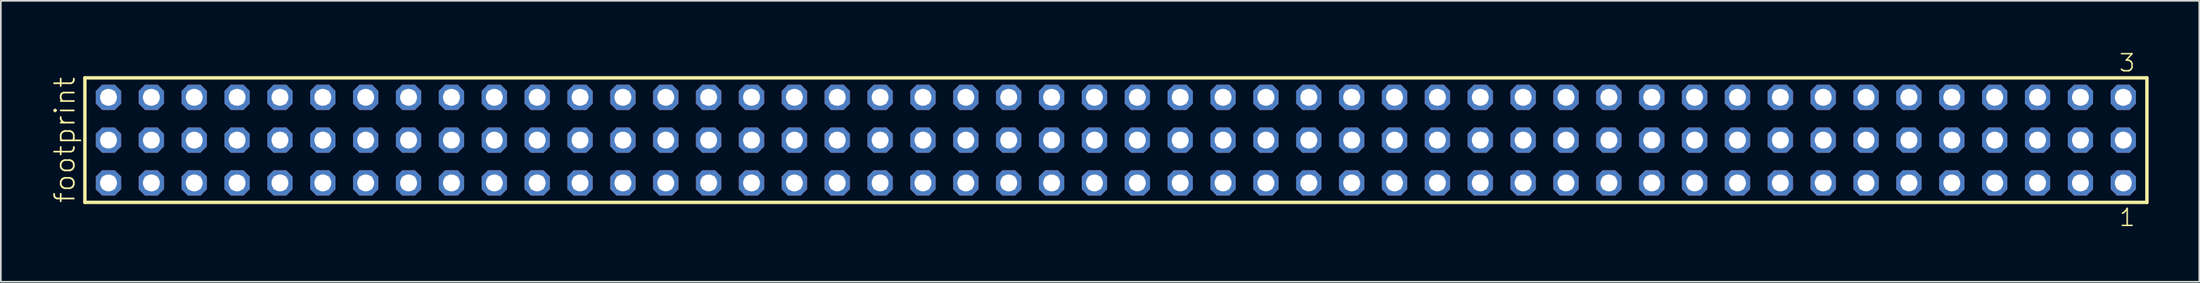
<source format=kicad_pcb>
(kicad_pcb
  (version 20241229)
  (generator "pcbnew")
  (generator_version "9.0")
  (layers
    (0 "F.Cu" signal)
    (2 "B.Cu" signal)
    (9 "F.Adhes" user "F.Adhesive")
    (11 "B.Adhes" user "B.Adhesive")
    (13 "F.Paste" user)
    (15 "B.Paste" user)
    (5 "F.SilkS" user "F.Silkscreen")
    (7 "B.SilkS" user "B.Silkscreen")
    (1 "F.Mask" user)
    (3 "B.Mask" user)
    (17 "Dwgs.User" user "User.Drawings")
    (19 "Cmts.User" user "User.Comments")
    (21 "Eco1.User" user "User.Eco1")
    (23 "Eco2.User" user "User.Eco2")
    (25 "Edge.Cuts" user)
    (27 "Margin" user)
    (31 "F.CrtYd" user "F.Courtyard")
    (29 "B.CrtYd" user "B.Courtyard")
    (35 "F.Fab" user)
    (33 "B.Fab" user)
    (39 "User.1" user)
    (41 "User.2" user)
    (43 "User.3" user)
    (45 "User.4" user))
  (footprint "footprint"
    (layer "F.Cu")
    (at 63.068 5.265)
    (property "Reference" "footprint" (at -61.595 3.81 90) (layer "F.SilkS") (effects (font (size 1.168 1.168) (thickness 0.102)) (justify left bottom)))
    (fp_line (start -61.089 -3.695) (end 61.089 -3.695) (stroke (width 0.203) (type solid)) (layer "F.SilkS"))
    (fp_line (start -61.089 3.695) (end -61.089 -3.695) (stroke (width 0.203) (type solid)) (layer "F.SilkS"))
    (fp_line (start 61.089 -3.695) (end 61.089 3.695) (stroke (width 0.203) (type solid)) (layer "F.SilkS"))
    (fp_line (start 61.089 3.695) (end -61.089 3.695) (stroke (width 0.203) (type solid)) (layer "F.SilkS"))
    (fp_poly (pts (xy -60.04 -2.19) (xy -59.34 -2.19) (xy -59.34 -2.89) (xy -60.04 -2.89)) (stroke (width 0.1) (type solid)) (fill no) (layer "F.Fab"))
    (fp_poly (pts (xy -60.04 0.35) (xy -59.34 0.35) (xy -59.34 -0.35) (xy -60.04 -0.35)) (stroke (width 0.1) (type solid)) (fill no) (layer "F.Fab"))
    (fp_poly (pts (xy -60.04 2.89) (xy -59.34 2.89) (xy -59.34 2.19) (xy -60.04 2.19)) (stroke (width 0.1) (type solid)) (fill no) (layer "F.Fab"))
    (fp_poly (pts (xy -57.5 -2.19) (xy -56.8 -2.19) (xy -56.8 -2.89) (xy -57.5 -2.89)) (stroke (width 0.1) (type solid)) (fill no) (layer "F.Fab"))
    (fp_poly (pts (xy -57.5 0.35) (xy -56.8 0.35) (xy -56.8 -0.35) (xy -57.5 -0.35)) (stroke (width 0.1) (type solid)) (fill no) (layer "F.Fab"))
    (fp_poly (pts (xy -57.5 2.89) (xy -56.8 2.89) (xy -56.8 2.19) (xy -57.5 2.19)) (stroke (width 0.1) (type solid)) (fill no) (layer "F.Fab"))
    (fp_poly (pts (xy -54.96 -2.19) (xy -54.26 -2.19) (xy -54.26 -2.89) (xy -54.96 -2.89)) (stroke (width 0.1) (type solid)) (fill no) (layer "F.Fab"))
    (fp_poly (pts (xy -54.96 0.35) (xy -54.26 0.35) (xy -54.26 -0.35) (xy -54.96 -0.35)) (stroke (width 0.1) (type solid)) (fill no) (layer "F.Fab"))
    (fp_poly (pts (xy -54.96 2.89) (xy -54.26 2.89) (xy -54.26 2.19) (xy -54.96 2.19)) (stroke (width 0.1) (type solid)) (fill no) (layer "F.Fab"))
    (fp_poly (pts (xy -52.42 -2.19) (xy -51.72 -2.19) (xy -51.72 -2.89) (xy -52.42 -2.89)) (stroke (width 0.1) (type solid)) (fill no) (layer "F.Fab"))
    (fp_poly (pts (xy -52.42 0.35) (xy -51.72 0.35) (xy -51.72 -0.35) (xy -52.42 -0.35)) (stroke (width 0.1) (type solid)) (fill no) (layer "F.Fab"))
    (fp_poly (pts (xy -52.42 2.89) (xy -51.72 2.89) (xy -51.72 2.19) (xy -52.42 2.19)) (stroke (width 0.1) (type solid)) (fill no) (layer "F.Fab"))
    (fp_poly (pts (xy -49.88 -2.19) (xy -49.18 -2.19) (xy -49.18 -2.89) (xy -49.88 -2.89)) (stroke (width 0.1) (type solid)) (fill no) (layer "F.Fab"))
    (fp_poly (pts (xy -49.88 0.35) (xy -49.18 0.35) (xy -49.18 -0.35) (xy -49.88 -0.35)) (stroke (width 0.1) (type solid)) (fill no) (layer "F.Fab"))
    (fp_poly (pts (xy -49.88 2.89) (xy -49.18 2.89) (xy -49.18 2.19) (xy -49.88 2.19)) (stroke (width 0.1) (type solid)) (fill no) (layer "F.Fab"))
    (fp_poly (pts (xy -47.34 -2.19) (xy -46.64 -2.19) (xy -46.64 -2.89) (xy -47.34 -2.89)) (stroke (width 0.1) (type solid)) (fill no) (layer "F.Fab"))
    (fp_poly (pts (xy -47.34 0.35) (xy -46.64 0.35) (xy -46.64 -0.35) (xy -47.34 -0.35)) (stroke (width 0.1) (type solid)) (fill no) (layer "F.Fab"))
    (fp_poly (pts (xy -47.34 2.89) (xy -46.64 2.89) (xy -46.64 2.19) (xy -47.34 2.19)) (stroke (width 0.1) (type solid)) (fill no) (layer "F.Fab"))
    (fp_poly (pts (xy -44.8 -2.19) (xy -44.1 -2.19) (xy -44.1 -2.89) (xy -44.8 -2.89)) (stroke (width 0.1) (type solid)) (fill no) (layer "F.Fab"))
    (fp_poly (pts (xy -44.8 0.35) (xy -44.1 0.35) (xy -44.1 -0.35) (xy -44.8 -0.35)) (stroke (width 0.1) (type solid)) (fill no) (layer "F.Fab"))
    (fp_poly (pts (xy -44.8 2.89) (xy -44.1 2.89) (xy -44.1 2.19) (xy -44.8 2.19)) (stroke (width 0.1) (type solid)) (fill no) (layer "F.Fab"))
    (fp_poly (pts (xy -42.26 -2.19) (xy -41.56 -2.19) (xy -41.56 -2.89) (xy -42.26 -2.89)) (stroke (width 0.1) (type solid)) (fill no) (layer "F.Fab"))
    (fp_poly (pts (xy -42.26 0.35) (xy -41.56 0.35) (xy -41.56 -0.35) (xy -42.26 -0.35)) (stroke (width 0.1) (type solid)) (fill no) (layer "F.Fab"))
    (fp_poly (pts (xy -42.26 2.89) (xy -41.56 2.89) (xy -41.56 2.19) (xy -42.26 2.19)) (stroke (width 0.1) (type solid)) (fill no) (layer "F.Fab"))
    (fp_poly (pts (xy -39.72 -2.19) (xy -39.02 -2.19) (xy -39.02 -2.89) (xy -39.72 -2.89)) (stroke (width 0.1) (type solid)) (fill no) (layer "F.Fab"))
    (fp_poly (pts (xy -39.72 0.35) (xy -39.02 0.35) (xy -39.02 -0.35) (xy -39.72 -0.35)) (stroke (width 0.1) (type solid)) (fill no) (layer "F.Fab"))
    (fp_poly (pts (xy -39.72 2.89) (xy -39.02 2.89) (xy -39.02 2.19) (xy -39.72 2.19)) (stroke (width 0.1) (type solid)) (fill no) (layer "F.Fab"))
    (fp_poly (pts (xy -37.18 -2.19) (xy -36.48 -2.19) (xy -36.48 -2.89) (xy -37.18 -2.89)) (stroke (width 0.1) (type solid)) (fill no) (layer "F.Fab"))
    (fp_poly (pts (xy -37.18 0.35) (xy -36.48 0.35) (xy -36.48 -0.35) (xy -37.18 -0.35)) (stroke (width 0.1) (type solid)) (fill no) (layer "F.Fab"))
    (fp_poly (pts (xy -37.18 2.89) (xy -36.48 2.89) (xy -36.48 2.19) (xy -37.18 2.19)) (stroke (width 0.1) (type solid)) (fill no) (layer "F.Fab"))
    (fp_poly (pts (xy -34.64 -2.19) (xy -33.94 -2.19) (xy -33.94 -2.89) (xy -34.64 -2.89)) (stroke (width 0.1) (type solid)) (fill no) (layer "F.Fab"))
    (fp_poly (pts (xy -34.64 0.35) (xy -33.94 0.35) (xy -33.94 -0.35) (xy -34.64 -0.35)) (stroke (width 0.1) (type solid)) (fill no) (layer "F.Fab"))
    (fp_poly (pts (xy -34.64 2.89) (xy -33.94 2.89) (xy -33.94 2.19) (xy -34.64 2.19)) (stroke (width 0.1) (type solid)) (fill no) (layer "F.Fab"))
    (fp_poly (pts (xy -32.1 -2.19) (xy -31.4 -2.19) (xy -31.4 -2.89) (xy -32.1 -2.89)) (stroke (width 0.1) (type solid)) (fill no) (layer "F.Fab"))
    (fp_poly (pts (xy -32.1 0.35) (xy -31.4 0.35) (xy -31.4 -0.35) (xy -32.1 -0.35)) (stroke (width 0.1) (type solid)) (fill no) (layer "F.Fab"))
    (fp_poly (pts (xy -32.1 2.89) (xy -31.4 2.89) (xy -31.4 2.19) (xy -32.1 2.19)) (stroke (width 0.1) (type solid)) (fill no) (layer "F.Fab"))
    (fp_poly (pts (xy -29.56 -2.19) (xy -28.86 -2.19) (xy -28.86 -2.89) (xy -29.56 -2.89)) (stroke (width 0.1) (type solid)) (fill no) (layer "F.Fab"))
    (fp_poly (pts (xy -29.56 0.35) (xy -28.86 0.35) (xy -28.86 -0.35) (xy -29.56 -0.35)) (stroke (width 0.1) (type solid)) (fill no) (layer "F.Fab"))
    (fp_poly (pts (xy -29.56 2.89) (xy -28.86 2.89) (xy -28.86 2.19) (xy -29.56 2.19)) (stroke (width 0.1) (type solid)) (fill no) (layer "F.Fab"))
    (fp_poly (pts (xy -27.02 -2.19) (xy -26.32 -2.19) (xy -26.32 -2.89) (xy -27.02 -2.89)) (stroke (width 0.1) (type solid)) (fill no) (layer "F.Fab"))
    (fp_poly (pts (xy -27.02 0.35) (xy -26.32 0.35) (xy -26.32 -0.35) (xy -27.02 -0.35)) (stroke (width 0.1) (type solid)) (fill no) (layer "F.Fab"))
    (fp_poly (pts (xy -27.02 2.89) (xy -26.32 2.89) (xy -26.32 2.19) (xy -27.02 2.19)) (stroke (width 0.1) (type solid)) (fill no) (layer "F.Fab"))
    (fp_poly (pts (xy -24.48 -2.19) (xy -23.78 -2.19) (xy -23.78 -2.89) (xy -24.48 -2.89)) (stroke (width 0.1) (type solid)) (fill no) (layer "F.Fab"))
    (fp_poly (pts (xy -24.48 0.35) (xy -23.78 0.35) (xy -23.78 -0.35) (xy -24.48 -0.35)) (stroke (width 0.1) (type solid)) (fill no) (layer "F.Fab"))
    (fp_poly (pts (xy -24.48 2.89) (xy -23.78 2.89) (xy -23.78 2.19) (xy -24.48 2.19)) (stroke (width 0.1) (type solid)) (fill no) (layer "F.Fab"))
    (fp_poly (pts (xy -21.94 -2.19) (xy -21.24 -2.19) (xy -21.24 -2.89) (xy -21.94 -2.89)) (stroke (width 0.1) (type solid)) (fill no) (layer "F.Fab"))
    (fp_poly (pts (xy -21.94 0.35) (xy -21.24 0.35) (xy -21.24 -0.35) (xy -21.94 -0.35)) (stroke (width 0.1) (type solid)) (fill no) (layer "F.Fab"))
    (fp_poly (pts (xy -21.94 2.89) (xy -21.24 2.89) (xy -21.24 2.19) (xy -21.94 2.19)) (stroke (width 0.1) (type solid)) (fill no) (layer "F.Fab"))
    (fp_poly (pts (xy -19.4 -2.19) (xy -18.7 -2.19) (xy -18.7 -2.89) (xy -19.4 -2.89)) (stroke (width 0.1) (type solid)) (fill no) (layer "F.Fab"))
    (fp_poly (pts (xy -19.4 0.35) (xy -18.7 0.35) (xy -18.7 -0.35) (xy -19.4 -0.35)) (stroke (width 0.1) (type solid)) (fill no) (layer "F.Fab"))
    (fp_poly (pts (xy -19.4 2.89) (xy -18.7 2.89) (xy -18.7 2.19) (xy -19.4 2.19)) (stroke (width 0.1) (type solid)) (fill no) (layer "F.Fab"))
    (fp_poly (pts (xy -16.86 -2.19) (xy -16.16 -2.19) (xy -16.16 -2.89) (xy -16.86 -2.89)) (stroke (width 0.1) (type solid)) (fill no) (layer "F.Fab"))
    (fp_poly (pts (xy -16.86 0.35) (xy -16.16 0.35) (xy -16.16 -0.35) (xy -16.86 -0.35)) (stroke (width 0.1) (type solid)) (fill no) (layer "F.Fab"))
    (fp_poly (pts (xy -16.86 2.89) (xy -16.16 2.89) (xy -16.16 2.19) (xy -16.86 2.19)) (stroke (width 0.1) (type solid)) (fill no) (layer "F.Fab"))
    (fp_poly (pts (xy -14.32 -2.19) (xy -13.62 -2.19) (xy -13.62 -2.89) (xy -14.32 -2.89)) (stroke (width 0.1) (type solid)) (fill no) (layer "F.Fab"))
    (fp_poly (pts (xy -14.32 0.35) (xy -13.62 0.35) (xy -13.62 -0.35) (xy -14.32 -0.35)) (stroke (width 0.1) (type solid)) (fill no) (layer "F.Fab"))
    (fp_poly (pts (xy -14.32 2.89) (xy -13.62 2.89) (xy -13.62 2.19) (xy -14.32 2.19)) (stroke (width 0.1) (type solid)) (fill no) (layer "F.Fab"))
    (fp_poly (pts (xy -11.78 -2.19) (xy -11.08 -2.19) (xy -11.08 -2.89) (xy -11.78 -2.89)) (stroke (width 0.1) (type solid)) (fill no) (layer "F.Fab"))
    (fp_poly (pts (xy -11.78 0.35) (xy -11.08 0.35) (xy -11.08 -0.35) (xy -11.78 -0.35)) (stroke (width 0.1) (type solid)) (fill no) (layer "F.Fab"))
    (fp_poly (pts (xy -11.78 2.89) (xy -11.08 2.89) (xy -11.08 2.19) (xy -11.78 2.19)) (stroke (width 0.1) (type solid)) (fill no) (layer "F.Fab"))
    (fp_poly (pts (xy -9.24 -2.19) (xy -8.54 -2.19) (xy -8.54 -2.89) (xy -9.24 -2.89)) (stroke (width 0.1) (type solid)) (fill no) (layer "F.Fab"))
    (fp_poly (pts (xy -9.24 0.35) (xy -8.54 0.35) (xy -8.54 -0.35) (xy -9.24 -0.35)) (stroke (width 0.1) (type solid)) (fill no) (layer "F.Fab"))
    (fp_poly (pts (xy -9.24 2.89) (xy -8.54 2.89) (xy -8.54 2.19) (xy -9.24 2.19)) (stroke (width 0.1) (type solid)) (fill no) (layer "F.Fab"))
    (fp_poly (pts (xy -6.7 -2.19) (xy -6 -2.19) (xy -6 -2.89) (xy -6.7 -2.89)) (stroke (width 0.1) (type solid)) (fill no) (layer "F.Fab"))
    (fp_poly (pts (xy -6.7 0.35) (xy -6 0.35) (xy -6 -0.35) (xy -6.7 -0.35)) (stroke (width 0.1) (type solid)) (fill no) (layer "F.Fab"))
    (fp_poly (pts (xy -6.7 2.89) (xy -6 2.89) (xy -6 2.19) (xy -6.7 2.19)) (stroke (width 0.1) (type solid)) (fill no) (layer "F.Fab"))
    (fp_poly (pts (xy -4.16 -2.19) (xy -3.46 -2.19) (xy -3.46 -2.89) (xy -4.16 -2.89)) (stroke (width 0.1) (type solid)) (fill no) (layer "F.Fab"))
    (fp_poly (pts (xy -4.16 0.35) (xy -3.46 0.35) (xy -3.46 -0.35) (xy -4.16 -0.35)) (stroke (width 0.1) (type solid)) (fill no) (layer "F.Fab"))
    (fp_poly (pts (xy -4.16 2.89) (xy -3.46 2.89) (xy -3.46 2.19) (xy -4.16 2.19)) (stroke (width 0.1) (type solid)) (fill no) (layer "F.Fab"))
    (fp_poly (pts (xy -1.62 -2.19) (xy -0.92 -2.19) (xy -0.92 -2.89) (xy -1.62 -2.89)) (stroke (width 0.1) (type solid)) (fill no) (layer "F.Fab"))
    (fp_poly (pts (xy -1.62 0.35) (xy -0.92 0.35) (xy -0.92 -0.35) (xy -1.62 -0.35)) (stroke (width 0.1) (type solid)) (fill no) (layer "F.Fab"))
    (fp_poly (pts (xy -1.62 2.89) (xy -0.92 2.89) (xy -0.92 2.19) (xy -1.62 2.19)) (stroke (width 0.1) (type solid)) (fill no) (layer "F.Fab"))
    (fp_poly (pts (xy 0.92 -2.19) (xy 1.62 -2.19) (xy 1.62 -2.89) (xy 0.92 -2.89)) (stroke (width 0.1) (type solid)) (fill no) (layer "F.Fab"))
    (fp_poly (pts (xy 0.92 0.35) (xy 1.62 0.35) (xy 1.62 -0.35) (xy 0.92 -0.35)) (stroke (width 0.1) (type solid)) (fill no) (layer "F.Fab"))
    (fp_poly (pts (xy 0.92 2.89) (xy 1.62 2.89) (xy 1.62 2.19) (xy 0.92 2.19)) (stroke (width 0.1) (type solid)) (fill no) (layer "F.Fab"))
    (fp_poly (pts (xy 3.46 -2.19) (xy 4.16 -2.19) (xy 4.16 -2.89) (xy 3.46 -2.89)) (stroke (width 0.1) (type solid)) (fill no) (layer "F.Fab"))
    (fp_poly (pts (xy 3.46 0.35) (xy 4.16 0.35) (xy 4.16 -0.35) (xy 3.46 -0.35)) (stroke (width 0.1) (type solid)) (fill no) (layer "F.Fab"))
    (fp_poly (pts (xy 3.46 2.89) (xy 4.16 2.89) (xy 4.16 2.19) (xy 3.46 2.19)) (stroke (width 0.1) (type solid)) (fill no) (layer "F.Fab"))
    (fp_poly (pts (xy 6 -2.19) (xy 6.7 -2.19) (xy 6.7 -2.89) (xy 6 -2.89)) (stroke (width 0.1) (type solid)) (fill no) (layer "F.Fab"))
    (fp_poly (pts (xy 6 0.35) (xy 6.7 0.35) (xy 6.7 -0.35) (xy 6 -0.35)) (stroke (width 0.1) (type solid)) (fill no) (layer "F.Fab"))
    (fp_poly (pts (xy 6 2.89) (xy 6.7 2.89) (xy 6.7 2.19) (xy 6 2.19)) (stroke (width 0.1) (type solid)) (fill no) (layer "F.Fab"))
    (fp_poly (pts (xy 8.54 -2.19) (xy 9.24 -2.19) (xy 9.24 -2.89) (xy 8.54 -2.89)) (stroke (width 0.1) (type solid)) (fill no) (layer "F.Fab"))
    (fp_poly (pts (xy 8.54 0.35) (xy 9.24 0.35) (xy 9.24 -0.35) (xy 8.54 -0.35)) (stroke (width 0.1) (type solid)) (fill no) (layer "F.Fab"))
    (fp_poly (pts (xy 8.54 2.89) (xy 9.24 2.89) (xy 9.24 2.19) (xy 8.54 2.19)) (stroke (width 0.1) (type solid)) (fill no) (layer "F.Fab"))
    (fp_poly (pts (xy 11.08 -2.19) (xy 11.78 -2.19) (xy 11.78 -2.89) (xy 11.08 -2.89)) (stroke (width 0.1) (type solid)) (fill no) (layer "F.Fab"))
    (fp_poly (pts (xy 11.08 0.35) (xy 11.78 0.35) (xy 11.78 -0.35) (xy 11.08 -0.35)) (stroke (width 0.1) (type solid)) (fill no) (layer "F.Fab"))
    (fp_poly (pts (xy 11.08 2.89) (xy 11.78 2.89) (xy 11.78 2.19) (xy 11.08 2.19)) (stroke (width 0.1) (type solid)) (fill no) (layer "F.Fab"))
    (fp_poly (pts (xy 13.62 -2.19) (xy 14.32 -2.19) (xy 14.32 -2.89) (xy 13.62 -2.89)) (stroke (width 0.1) (type solid)) (fill no) (layer "F.Fab"))
    (fp_poly (pts (xy 13.62 0.35) (xy 14.32 0.35) (xy 14.32 -0.35) (xy 13.62 -0.35)) (stroke (width 0.1) (type solid)) (fill no) (layer "F.Fab"))
    (fp_poly (pts (xy 13.62 2.89) (xy 14.32 2.89) (xy 14.32 2.19) (xy 13.62 2.19)) (stroke (width 0.1) (type solid)) (fill no) (layer "F.Fab"))
    (fp_poly (pts (xy 16.16 -2.19) (xy 16.86 -2.19) (xy 16.86 -2.89) (xy 16.16 -2.89)) (stroke (width 0.1) (type solid)) (fill no) (layer "F.Fab"))
    (fp_poly (pts (xy 16.16 0.35) (xy 16.86 0.35) (xy 16.86 -0.35) (xy 16.16 -0.35)) (stroke (width 0.1) (type solid)) (fill no) (layer "F.Fab"))
    (fp_poly (pts (xy 16.16 2.89) (xy 16.86 2.89) (xy 16.86 2.19) (xy 16.16 2.19)) (stroke (width 0.1) (type solid)) (fill no) (layer "F.Fab"))
    (fp_poly (pts (xy 18.7 -2.19) (xy 19.4 -2.19) (xy 19.4 -2.89) (xy 18.7 -2.89)) (stroke (width 0.1) (type solid)) (fill no) (layer "F.Fab"))
    (fp_poly (pts (xy 18.7 0.35) (xy 19.4 0.35) (xy 19.4 -0.35) (xy 18.7 -0.35)) (stroke (width 0.1) (type solid)) (fill no) (layer "F.Fab"))
    (fp_poly (pts (xy 18.7 2.89) (xy 19.4 2.89) (xy 19.4 2.19) (xy 18.7 2.19)) (stroke (width 0.1) (type solid)) (fill no) (layer "F.Fab"))
    (fp_poly (pts (xy 21.24 -2.19) (xy 21.94 -2.19) (xy 21.94 -2.89) (xy 21.24 -2.89)) (stroke (width 0.1) (type solid)) (fill no) (layer "F.Fab"))
    (fp_poly (pts (xy 21.24 0.35) (xy 21.94 0.35) (xy 21.94 -0.35) (xy 21.24 -0.35)) (stroke (width 0.1) (type solid)) (fill no) (layer "F.Fab"))
    (fp_poly (pts (xy 21.24 2.89) (xy 21.94 2.89) (xy 21.94 2.19) (xy 21.24 2.19)) (stroke (width 0.1) (type solid)) (fill no) (layer "F.Fab"))
    (fp_poly (pts (xy 23.78 -2.19) (xy 24.48 -2.19) (xy 24.48 -2.89) (xy 23.78 -2.89)) (stroke (width 0.1) (type solid)) (fill no) (layer "F.Fab"))
    (fp_poly (pts (xy 23.78 0.35) (xy 24.48 0.35) (xy 24.48 -0.35) (xy 23.78 -0.35)) (stroke (width 0.1) (type solid)) (fill no) (layer "F.Fab"))
    (fp_poly (pts (xy 23.78 2.89) (xy 24.48 2.89) (xy 24.48 2.19) (xy 23.78 2.19)) (stroke (width 0.1) (type solid)) (fill no) (layer "F.Fab"))
    (fp_poly (pts (xy 26.32 -2.19) (xy 27.02 -2.19) (xy 27.02 -2.89) (xy 26.32 -2.89)) (stroke (width 0.1) (type solid)) (fill no) (layer "F.Fab"))
    (fp_poly (pts (xy 26.32 0.35) (xy 27.02 0.35) (xy 27.02 -0.35) (xy 26.32 -0.35)) (stroke (width 0.1) (type solid)) (fill no) (layer "F.Fab"))
    (fp_poly (pts (xy 26.32 2.89) (xy 27.02 2.89) (xy 27.02 2.19) (xy 26.32 2.19)) (stroke (width 0.1) (type solid)) (fill no) (layer "F.Fab"))
    (fp_poly (pts (xy 28.86 -2.19) (xy 29.56 -2.19) (xy 29.56 -2.89) (xy 28.86 -2.89)) (stroke (width 0.1) (type solid)) (fill no) (layer "F.Fab"))
    (fp_poly (pts (xy 28.86 0.35) (xy 29.56 0.35) (xy 29.56 -0.35) (xy 28.86 -0.35)) (stroke (width 0.1) (type solid)) (fill no) (layer "F.Fab"))
    (fp_poly (pts (xy 28.86 2.89) (xy 29.56 2.89) (xy 29.56 2.19) (xy 28.86 2.19)) (stroke (width 0.1) (type solid)) (fill no) (layer "F.Fab"))
    (fp_poly (pts (xy 31.4 -2.19) (xy 32.1 -2.19) (xy 32.1 -2.89) (xy 31.4 -2.89)) (stroke (width 0.1) (type solid)) (fill no) (layer "F.Fab"))
    (fp_poly (pts (xy 31.4 0.35) (xy 32.1 0.35) (xy 32.1 -0.35) (xy 31.4 -0.35)) (stroke (width 0.1) (type solid)) (fill no) (layer "F.Fab"))
    (fp_poly (pts (xy 31.4 2.89) (xy 32.1 2.89) (xy 32.1 2.19) (xy 31.4 2.19)) (stroke (width 0.1) (type solid)) (fill no) (layer "F.Fab"))
    (fp_poly (pts (xy 33.94 -2.19) (xy 34.64 -2.19) (xy 34.64 -2.89) (xy 33.94 -2.89)) (stroke (width 0.1) (type solid)) (fill no) (layer "F.Fab"))
    (fp_poly (pts (xy 33.94 0.35) (xy 34.64 0.35) (xy 34.64 -0.35) (xy 33.94 -0.35)) (stroke (width 0.1) (type solid)) (fill no) (layer "F.Fab"))
    (fp_poly (pts (xy 33.94 2.89) (xy 34.64 2.89) (xy 34.64 2.19) (xy 33.94 2.19)) (stroke (width 0.1) (type solid)) (fill no) (layer "F.Fab"))
    (fp_poly (pts (xy 36.48 -2.19) (xy 37.18 -2.19) (xy 37.18 -2.89) (xy 36.48 -2.89)) (stroke (width 0.1) (type solid)) (fill no) (layer "F.Fab"))
    (fp_poly (pts (xy 36.48 0.35) (xy 37.18 0.35) (xy 37.18 -0.35) (xy 36.48 -0.35)) (stroke (width 0.1) (type solid)) (fill no) (layer "F.Fab"))
    (fp_poly (pts (xy 36.48 2.89) (xy 37.18 2.89) (xy 37.18 2.19) (xy 36.48 2.19)) (stroke (width 0.1) (type solid)) (fill no) (layer "F.Fab"))
    (fp_poly (pts (xy 39.02 -2.19) (xy 39.72 -2.19) (xy 39.72 -2.89) (xy 39.02 -2.89)) (stroke (width 0.1) (type solid)) (fill no) (layer "F.Fab"))
    (fp_poly (pts (xy 39.02 0.35) (xy 39.72 0.35) (xy 39.72 -0.35) (xy 39.02 -0.35)) (stroke (width 0.1) (type solid)) (fill no) (layer "F.Fab"))
    (fp_poly (pts (xy 39.02 2.89) (xy 39.72 2.89) (xy 39.72 2.19) (xy 39.02 2.19)) (stroke (width 0.1) (type solid)) (fill no) (layer "F.Fab"))
    (fp_poly (pts (xy 41.56 -2.19) (xy 42.26 -2.19) (xy 42.26 -2.89) (xy 41.56 -2.89)) (stroke (width 0.1) (type solid)) (fill no) (layer "F.Fab"))
    (fp_poly (pts (xy 41.56 0.35) (xy 42.26 0.35) (xy 42.26 -0.35) (xy 41.56 -0.35)) (stroke (width 0.1) (type solid)) (fill no) (layer "F.Fab"))
    (fp_poly (pts (xy 41.56 2.89) (xy 42.26 2.89) (xy 42.26 2.19) (xy 41.56 2.19)) (stroke (width 0.1) (type solid)) (fill no) (layer "F.Fab"))
    (fp_poly (pts (xy 44.1 -2.19) (xy 44.8 -2.19) (xy 44.8 -2.89) (xy 44.1 -2.89)) (stroke (width 0.1) (type solid)) (fill no) (layer "F.Fab"))
    (fp_poly (pts (xy 44.1 0.35) (xy 44.8 0.35) (xy 44.8 -0.35) (xy 44.1 -0.35)) (stroke (width 0.1) (type solid)) (fill no) (layer "F.Fab"))
    (fp_poly (pts (xy 44.1 2.89) (xy 44.8 2.89) (xy 44.8 2.19) (xy 44.1 2.19)) (stroke (width 0.1) (type solid)) (fill no) (layer "F.Fab"))
    (fp_poly (pts (xy 46.64 -2.19) (xy 47.34 -2.19) (xy 47.34 -2.89) (xy 46.64 -2.89)) (stroke (width 0.1) (type solid)) (fill no) (layer "F.Fab"))
    (fp_poly (pts (xy 46.64 0.35) (xy 47.34 0.35) (xy 47.34 -0.35) (xy 46.64 -0.35)) (stroke (width 0.1) (type solid)) (fill no) (layer "F.Fab"))
    (fp_poly (pts (xy 46.64 2.89) (xy 47.34 2.89) (xy 47.34 2.19) (xy 46.64 2.19)) (stroke (width 0.1) (type solid)) (fill no) (layer "F.Fab"))
    (fp_poly (pts (xy 49.18 -2.19) (xy 49.88 -2.19) (xy 49.88 -2.89) (xy 49.18 -2.89)) (stroke (width 0.1) (type solid)) (fill no) (layer "F.Fab"))
    (fp_poly (pts (xy 49.18 0.35) (xy 49.88 0.35) (xy 49.88 -0.35) (xy 49.18 -0.35)) (stroke (width 0.1) (type solid)) (fill no) (layer "F.Fab"))
    (fp_poly (pts (xy 49.18 2.89) (xy 49.88 2.89) (xy 49.88 2.19) (xy 49.18 2.19)) (stroke (width 0.1) (type solid)) (fill no) (layer "F.Fab"))
    (fp_poly (pts (xy 51.72 -2.19) (xy 52.42 -2.19) (xy 52.42 -2.89) (xy 51.72 -2.89)) (stroke (width 0.1) (type solid)) (fill no) (layer "F.Fab"))
    (fp_poly (pts (xy 51.72 0.35) (xy 52.42 0.35) (xy 52.42 -0.35) (xy 51.72 -0.35)) (stroke (width 0.1) (type solid)) (fill no) (layer "F.Fab"))
    (fp_poly (pts (xy 51.72 2.89) (xy 52.42 2.89) (xy 52.42 2.19) (xy 51.72 2.19)) (stroke (width 0.1) (type solid)) (fill no) (layer "F.Fab"))
    (fp_poly (pts (xy 54.26 -2.19) (xy 54.96 -2.19) (xy 54.96 -2.89) (xy 54.26 -2.89)) (stroke (width 0.1) (type solid)) (fill no) (layer "F.Fab"))
    (fp_poly (pts (xy 54.26 0.35) (xy 54.96 0.35) (xy 54.96 -0.35) (xy 54.26 -0.35)) (stroke (width 0.1) (type solid)) (fill no) (layer "F.Fab"))
    (fp_poly (pts (xy 54.26 2.89) (xy 54.96 2.89) (xy 54.96 2.19) (xy 54.26 2.19)) (stroke (width 0.1) (type solid)) (fill no) (layer "F.Fab"))
    (fp_poly (pts (xy 56.8 -2.19) (xy 57.5 -2.19) (xy 57.5 -2.89) (xy 56.8 -2.89)) (stroke (width 0.1) (type solid)) (fill no) (layer "F.Fab"))
    (fp_poly (pts (xy 56.8 0.35) (xy 57.5 0.35) (xy 57.5 -0.35) (xy 56.8 -0.35)) (stroke (width 0.1) (type solid)) (fill no) (layer "F.Fab"))
    (fp_poly (pts (xy 56.8 2.89) (xy 57.5 2.89) (xy 57.5 2.19) (xy 56.8 2.19)) (stroke (width 0.1) (type solid)) (fill no) (layer "F.Fab"))
    (fp_poly (pts (xy 59.34 -2.19) (xy 60.04 -2.19) (xy 60.04 -2.89) (xy 59.34 -2.89)) (stroke (width 0.1) (type solid)) (fill no) (layer "F.Fab"))
    (fp_poly (pts (xy 59.34 0.35) (xy 60.04 0.35) (xy 60.04 -0.35) (xy 59.34 -0.35)) (stroke (width 0.1) (type solid)) (fill no) (layer "F.Fab"))
    (fp_poly (pts (xy 59.34 2.89) (xy 60.04 2.89) (xy 60.04 2.19) (xy 59.34 2.19)) (stroke (width 0.1) (type solid)) (fill no) (layer "F.Fab"))
    (fp_text user "3" (at 59.378 -3.989 0) (layer "F.SilkS") (effects (font (size 1.012 1.012) (thickness 0.088)) (justify left bottom)))
    (fp_text user "1" (at 59.382 5.188 0) (layer "F.SilkS") (effects (font (size 1.012 1.012) (thickness 0.088)) (justify left bottom)))
    (pad "1" thru_hole roundrect (at 59.69 2.54 180) (size 1.5 1.5) (drill 1) (layers "*.Cu" "*.Mask") (roundrect_rratio 0.25) (chamfer_ratio 0.25) (chamfer top_left top_right bottom_left bottom_right))
    (pad "2" thru_hole roundrect (at 59.69 0 180) (size 1.5 1.5) (drill 1) (layers "*.Cu" "*.Mask") (roundrect_rratio 0.25) (chamfer_ratio 0.25) (chamfer top_left top_right bottom_left bottom_right))
    (pad "3" thru_hole roundrect (at 59.69 -2.54 180) (size 1.5 1.5) (drill 1) (layers "*.Cu" "*.Mask") (roundrect_rratio 0.25) (chamfer_ratio 0.25) (chamfer top_left top_right bottom_left bottom_right))
    (pad "4" thru_hole roundrect (at 57.15 2.54 180) (size 1.5 1.5) (drill 1) (layers "*.Cu" "*.Mask") (roundrect_rratio 0.25) (chamfer_ratio 0.25) (chamfer top_left top_right bottom_left bottom_right))
    (pad "5" thru_hole roundrect (at 57.15 0 180) (size 1.5 1.5) (drill 1) (layers "*.Cu" "*.Mask") (roundrect_rratio 0.25) (chamfer_ratio 0.25) (chamfer top_left top_right bottom_left bottom_right))
    (pad "6" thru_hole roundrect (at 57.15 -2.54 180) (size 1.5 1.5) (drill 1) (layers "*.Cu" "*.Mask") (roundrect_rratio 0.25) (chamfer_ratio 0.25) (chamfer top_left top_right bottom_left bottom_right))
    (pad "7" thru_hole roundrect (at 54.61 2.54 180) (size 1.5 1.5) (drill 1) (layers "*.Cu" "*.Mask") (roundrect_rratio 0.25) (chamfer_ratio 0.25) (chamfer top_left top_right bottom_left bottom_right))
    (pad "8" thru_hole roundrect (at 54.61 0 180) (size 1.5 1.5) (drill 1) (layers "*.Cu" "*.Mask") (roundrect_rratio 0.25) (chamfer_ratio 0.25) (chamfer top_left top_right bottom_left bottom_right))
    (pad "9" thru_hole roundrect (at 54.61 -2.54 180) (size 1.5 1.5) (drill 1) (layers "*.Cu" "*.Mask") (roundrect_rratio 0.25) (chamfer_ratio 0.25) (chamfer top_left top_right bottom_left bottom_right))
    (pad "10" thru_hole roundrect (at 52.07 2.54 180) (size 1.5 1.5) (drill 1) (layers "*.Cu" "*.Mask") (roundrect_rratio 0.25) (chamfer_ratio 0.25) (chamfer top_left top_right bottom_left bottom_right))
    (pad "11" thru_hole roundrect (at 52.07 0 180) (size 1.5 1.5) (drill 1) (layers "*.Cu" "*.Mask") (roundrect_rratio 0.25) (chamfer_ratio 0.25) (chamfer top_left top_right bottom_left bottom_right))
    (pad "12" thru_hole roundrect (at 52.07 -2.54 180) (size 1.5 1.5) (drill 1) (layers "*.Cu" "*.Mask") (roundrect_rratio 0.25) (chamfer_ratio 0.25) (chamfer top_left top_right bottom_left bottom_right))
    (pad "13" thru_hole roundrect (at 49.53 2.54 180) (size 1.5 1.5) (drill 1) (layers "*.Cu" "*.Mask") (roundrect_rratio 0.25) (chamfer_ratio 0.25) (chamfer top_left top_right bottom_left bottom_right))
    (pad "14" thru_hole roundrect (at 49.53 0 180) (size 1.5 1.5) (drill 1) (layers "*.Cu" "*.Mask") (roundrect_rratio 0.25) (chamfer_ratio 0.25) (chamfer top_left top_right bottom_left bottom_right))
    (pad "15" thru_hole roundrect (at 49.53 -2.54 180) (size 1.5 1.5) (drill 1) (layers "*.Cu" "*.Mask") (roundrect_rratio 0.25) (chamfer_ratio 0.25) (chamfer top_left top_right bottom_left bottom_right))
    (pad "16" thru_hole roundrect (at 46.99 2.54 180) (size 1.5 1.5) (drill 1) (layers "*.Cu" "*.Mask") (roundrect_rratio 0.25) (chamfer_ratio 0.25) (chamfer top_left top_right bottom_left bottom_right))
    (pad "17" thru_hole roundrect (at 46.99 0 180) (size 1.5 1.5) (drill 1) (layers "*.Cu" "*.Mask") (roundrect_rratio 0.25) (chamfer_ratio 0.25) (chamfer top_left top_right bottom_left bottom_right))
    (pad "18" thru_hole roundrect (at 46.99 -2.54 180) (size 1.5 1.5) (drill 1) (layers "*.Cu" "*.Mask") (roundrect_rratio 0.25) (chamfer_ratio 0.25) (chamfer top_left top_right bottom_left bottom_right))
    (pad "19" thru_hole roundrect (at 44.45 2.54 180) (size 1.5 1.5) (drill 1) (layers "*.Cu" "*.Mask") (roundrect_rratio 0.25) (chamfer_ratio 0.25) (chamfer top_left top_right bottom_left bottom_right))
    (pad "20" thru_hole roundrect (at 44.45 0 180) (size 1.5 1.5) (drill 1) (layers "*.Cu" "*.Mask") (roundrect_rratio 0.25) (chamfer_ratio 0.25) (chamfer top_left top_right bottom_left bottom_right))
    (pad "21" thru_hole roundrect (at 44.45 -2.54 180) (size 1.5 1.5) (drill 1) (layers "*.Cu" "*.Mask") (roundrect_rratio 0.25) (chamfer_ratio 0.25) (chamfer top_left top_right bottom_left bottom_right))
    (pad "22" thru_hole roundrect (at 41.91 2.54 180) (size 1.5 1.5) (drill 1) (layers "*.Cu" "*.Mask") (roundrect_rratio 0.25) (chamfer_ratio 0.25) (chamfer top_left top_right bottom_left bottom_right))
    (pad "23" thru_hole roundrect (at 41.91 0 180) (size 1.5 1.5) (drill 1) (layers "*.Cu" "*.Mask") (roundrect_rratio 0.25) (chamfer_ratio 0.25) (chamfer top_left top_right bottom_left bottom_right))
    (pad "24" thru_hole roundrect (at 41.91 -2.54 180) (size 1.5 1.5) (drill 1) (layers "*.Cu" "*.Mask") (roundrect_rratio 0.25) (chamfer_ratio 0.25) (chamfer top_left top_right bottom_left bottom_right))
    (pad "25" thru_hole roundrect (at 39.37 2.54 180) (size 1.5 1.5) (drill 1) (layers "*.Cu" "*.Mask") (roundrect_rratio 0.25) (chamfer_ratio 0.25) (chamfer top_left top_right bottom_left bottom_right))
    (pad "26" thru_hole roundrect (at 39.37 0 180) (size 1.5 1.5) (drill 1) (layers "*.Cu" "*.Mask") (roundrect_rratio 0.25) (chamfer_ratio 0.25) (chamfer top_left top_right bottom_left bottom_right))
    (pad "27" thru_hole roundrect (at 39.37 -2.54 180) (size 1.5 1.5) (drill 1) (layers "*.Cu" "*.Mask") (roundrect_rratio 0.25) (chamfer_ratio 0.25) (chamfer top_left top_right bottom_left bottom_right))
    (pad "28" thru_hole roundrect (at 36.83 2.54 180) (size 1.5 1.5) (drill 1) (layers "*.Cu" "*.Mask") (roundrect_rratio 0.25) (chamfer_ratio 0.25) (chamfer top_left top_right bottom_left bottom_right))
    (pad "29" thru_hole roundrect (at 36.83 0 180) (size 1.5 1.5) (drill 1) (layers "*.Cu" "*.Mask") (roundrect_rratio 0.25) (chamfer_ratio 0.25) (chamfer top_left top_right bottom_left bottom_right))
    (pad "30" thru_hole roundrect (at 36.83 -2.54 180) (size 1.5 1.5) (drill 1) (layers "*.Cu" "*.Mask") (roundrect_rratio 0.25) (chamfer_ratio 0.25) (chamfer top_left top_right bottom_left bottom_right))
    (pad "31" thru_hole roundrect (at 34.29 2.54 180) (size 1.5 1.5) (drill 1) (layers "*.Cu" "*.Mask") (roundrect_rratio 0.25) (chamfer_ratio 0.25) (chamfer top_left top_right bottom_left bottom_right))
    (pad "32" thru_hole roundrect (at 34.29 0 180) (size 1.5 1.5) (drill 1) (layers "*.Cu" "*.Mask") (roundrect_rratio 0.25) (chamfer_ratio 0.25) (chamfer top_left top_right bottom_left bottom_right))
    (pad "33" thru_hole roundrect (at 34.29 -2.54 180) (size 1.5 1.5) (drill 1) (layers "*.Cu" "*.Mask") (roundrect_rratio 0.25) (chamfer_ratio 0.25) (chamfer top_left top_right bottom_left bottom_right))
    (pad "34" thru_hole roundrect (at 31.75 2.54 180) (size 1.5 1.5) (drill 1) (layers "*.Cu" "*.Mask") (roundrect_rratio 0.25) (chamfer_ratio 0.25) (chamfer top_left top_right bottom_left bottom_right))
    (pad "35" thru_hole roundrect (at 31.75 0 180) (size 1.5 1.5) (drill 1) (layers "*.Cu" "*.Mask") (roundrect_rratio 0.25) (chamfer_ratio 0.25) (chamfer top_left top_right bottom_left bottom_right))
    (pad "36" thru_hole roundrect (at 31.75 -2.54 180) (size 1.5 1.5) (drill 1) (layers "*.Cu" "*.Mask") (roundrect_rratio 0.25) (chamfer_ratio 0.25) (chamfer top_left top_right bottom_left bottom_right))
    (pad "37" thru_hole roundrect (at 29.21 2.54 180) (size 1.5 1.5) (drill 1) (layers "*.Cu" "*.Mask") (roundrect_rratio 0.25) (chamfer_ratio 0.25) (chamfer top_left top_right bottom_left bottom_right))
    (pad "38" thru_hole roundrect (at 29.21 0 180) (size 1.5 1.5) (drill 1) (layers "*.Cu" "*.Mask") (roundrect_rratio 0.25) (chamfer_ratio 0.25) (chamfer top_left top_right bottom_left bottom_right))
    (pad "39" thru_hole roundrect (at 29.21 -2.54 180) (size 1.5 1.5) (drill 1) (layers "*.Cu" "*.Mask") (roundrect_rratio 0.25) (chamfer_ratio 0.25) (chamfer top_left top_right bottom_left bottom_right))
    (pad "40" thru_hole roundrect (at 26.67 2.54 180) (size 1.5 1.5) (drill 1) (layers "*.Cu" "*.Mask") (roundrect_rratio 0.25) (chamfer_ratio 0.25) (chamfer top_left top_right bottom_left bottom_right))
    (pad "41" thru_hole roundrect (at 26.67 0 180) (size 1.5 1.5) (drill 1) (layers "*.Cu" "*.Mask") (roundrect_rratio 0.25) (chamfer_ratio 0.25) (chamfer top_left top_right bottom_left bottom_right))
    (pad "42" thru_hole roundrect (at 26.67 -2.54 180) (size 1.5 1.5) (drill 1) (layers "*.Cu" "*.Mask") (roundrect_rratio 0.25) (chamfer_ratio 0.25) (chamfer top_left top_right bottom_left bottom_right))
    (pad "43" thru_hole roundrect (at 24.13 2.54 180) (size 1.5 1.5) (drill 1) (layers "*.Cu" "*.Mask") (roundrect_rratio 0.25) (chamfer_ratio 0.25) (chamfer top_left top_right bottom_left bottom_right))
    (pad "44" thru_hole roundrect (at 24.13 0 180) (size 1.5 1.5) (drill 1) (layers "*.Cu" "*.Mask") (roundrect_rratio 0.25) (chamfer_ratio 0.25) (chamfer top_left top_right bottom_left bottom_right))
    (pad "45" thru_hole roundrect (at 24.13 -2.54 180) (size 1.5 1.5) (drill 1) (layers "*.Cu" "*.Mask") (roundrect_rratio 0.25) (chamfer_ratio 0.25) (chamfer top_left top_right bottom_left bottom_right))
    (pad "46" thru_hole roundrect (at 21.59 2.54 180) (size 1.5 1.5) (drill 1) (layers "*.Cu" "*.Mask") (roundrect_rratio 0.25) (chamfer_ratio 0.25) (chamfer top_left top_right bottom_left bottom_right))
    (pad "47" thru_hole roundrect (at 21.59 0 180) (size 1.5 1.5) (drill 1) (layers "*.Cu" "*.Mask") (roundrect_rratio 0.25) (chamfer_ratio 0.25) (chamfer top_left top_right bottom_left bottom_right))
    (pad "48" thru_hole roundrect (at 21.59 -2.54 180) (size 1.5 1.5) (drill 1) (layers "*.Cu" "*.Mask") (roundrect_rratio 0.25) (chamfer_ratio 0.25) (chamfer top_left top_right bottom_left bottom_right))
    (pad "49" thru_hole roundrect (at 19.05 2.54 180) (size 1.5 1.5) (drill 1) (layers "*.Cu" "*.Mask") (roundrect_rratio 0.25) (chamfer_ratio 0.25) (chamfer top_left top_right bottom_left bottom_right))
    (pad "50" thru_hole roundrect (at 19.05 0 180) (size 1.5 1.5) (drill 1) (layers "*.Cu" "*.Mask") (roundrect_rratio 0.25) (chamfer_ratio 0.25) (chamfer top_left top_right bottom_left bottom_right))
    (pad "51" thru_hole roundrect (at 19.05 -2.54 180) (size 1.5 1.5) (drill 1) (layers "*.Cu" "*.Mask") (roundrect_rratio 0.25) (chamfer_ratio 0.25) (chamfer top_left top_right bottom_left bottom_right))
    (pad "52" thru_hole roundrect (at 16.51 2.54 180) (size 1.5 1.5) (drill 1) (layers "*.Cu" "*.Mask") (roundrect_rratio 0.25) (chamfer_ratio 0.25) (chamfer top_left top_right bottom_left bottom_right))
    (pad "53" thru_hole roundrect (at 16.51 0 180) (size 1.5 1.5) (drill 1) (layers "*.Cu" "*.Mask") (roundrect_rratio 0.25) (chamfer_ratio 0.25) (chamfer top_left top_right bottom_left bottom_right))
    (pad "54" thru_hole roundrect (at 16.51 -2.54 180) (size 1.5 1.5) (drill 1) (layers "*.Cu" "*.Mask") (roundrect_rratio 0.25) (chamfer_ratio 0.25) (chamfer top_left top_right bottom_left bottom_right))
    (pad "55" thru_hole roundrect (at 13.97 2.54 180) (size 1.5 1.5) (drill 1) (layers "*.Cu" "*.Mask") (roundrect_rratio 0.25) (chamfer_ratio 0.25) (chamfer top_left top_right bottom_left bottom_right))
    (pad "56" thru_hole roundrect (at 13.97 0 180) (size 1.5 1.5) (drill 1) (layers "*.Cu" "*.Mask") (roundrect_rratio 0.25) (chamfer_ratio 0.25) (chamfer top_left top_right bottom_left bottom_right))
    (pad "57" thru_hole roundrect (at 13.97 -2.54 180) (size 1.5 1.5) (drill 1) (layers "*.Cu" "*.Mask") (roundrect_rratio 0.25) (chamfer_ratio 0.25) (chamfer top_left top_right bottom_left bottom_right))
    (pad "58" thru_hole roundrect (at 11.43 2.54 180) (size 1.5 1.5) (drill 1) (layers "*.Cu" "*.Mask") (roundrect_rratio 0.25) (chamfer_ratio 0.25) (chamfer top_left top_right bottom_left bottom_right))
    (pad "59" thru_hole roundrect (at 11.43 0 180) (size 1.5 1.5) (drill 1) (layers "*.Cu" "*.Mask") (roundrect_rratio 0.25) (chamfer_ratio 0.25) (chamfer top_left top_right bottom_left bottom_right))
    (pad "60" thru_hole roundrect (at 11.43 -2.54 180) (size 1.5 1.5) (drill 1) (layers "*.Cu" "*.Mask") (roundrect_rratio 0.25) (chamfer_ratio 0.25) (chamfer top_left top_right bottom_left bottom_right))
    (pad "61" thru_hole roundrect (at 8.89 2.54 180) (size 1.5 1.5) (drill 1) (layers "*.Cu" "*.Mask") (roundrect_rratio 0.25) (chamfer_ratio 0.25) (chamfer top_left top_right bottom_left bottom_right))
    (pad "62" thru_hole roundrect (at 8.89 0 180) (size 1.5 1.5) (drill 1) (layers "*.Cu" "*.Mask") (roundrect_rratio 0.25) (chamfer_ratio 0.25) (chamfer top_left top_right bottom_left bottom_right))
    (pad "63" thru_hole roundrect (at 8.89 -2.54 180) (size 1.5 1.5) (drill 1) (layers "*.Cu" "*.Mask") (roundrect_rratio 0.25) (chamfer_ratio 0.25) (chamfer top_left top_right bottom_left bottom_right))
    (pad "64" thru_hole roundrect (at 6.35 2.54 180) (size 1.5 1.5) (drill 1) (layers "*.Cu" "*.Mask") (roundrect_rratio 0.25) (chamfer_ratio 0.25) (chamfer top_left top_right bottom_left bottom_right))
    (pad "65" thru_hole roundrect (at 6.35 0 180) (size 1.5 1.5) (drill 1) (layers "*.Cu" "*.Mask") (roundrect_rratio 0.25) (chamfer_ratio 0.25) (chamfer top_left top_right bottom_left bottom_right))
    (pad "66" thru_hole roundrect (at 6.35 -2.54 180) (size 1.5 1.5) (drill 1) (layers "*.Cu" "*.Mask") (roundrect_rratio 0.25) (chamfer_ratio 0.25) (chamfer top_left top_right bottom_left bottom_right))
    (pad "67" thru_hole roundrect (at 3.81 2.54 180) (size 1.5 1.5) (drill 1) (layers "*.Cu" "*.Mask") (roundrect_rratio 0.25) (chamfer_ratio 0.25) (chamfer top_left top_right bottom_left bottom_right))
    (pad "68" thru_hole roundrect (at 3.81 0 180) (size 1.5 1.5) (drill 1) (layers "*.Cu" "*.Mask") (roundrect_rratio 0.25) (chamfer_ratio 0.25) (chamfer top_left top_right bottom_left bottom_right))
    (pad "69" thru_hole roundrect (at 3.81 -2.54 180) (size 1.5 1.5) (drill 1) (layers "*.Cu" "*.Mask") (roundrect_rratio 0.25) (chamfer_ratio 0.25) (chamfer top_left top_right bottom_left bottom_right))
    (pad "70" thru_hole roundrect (at 1.27 2.54 180) (size 1.5 1.5) (drill 1) (layers "*.Cu" "*.Mask") (roundrect_rratio 0.25) (chamfer_ratio 0.25) (chamfer top_left top_right bottom_left bottom_right))
    (pad "71" thru_hole roundrect (at 1.27 0 180) (size 1.5 1.5) (drill 1) (layers "*.Cu" "*.Mask") (roundrect_rratio 0.25) (chamfer_ratio 0.25) (chamfer top_left top_right bottom_left bottom_right))
    (pad "72" thru_hole roundrect (at 1.27 -2.54 180) (size 1.5 1.5) (drill 1) (layers "*.Cu" "*.Mask") (roundrect_rratio 0.25) (chamfer_ratio 0.25) (chamfer top_left top_right bottom_left bottom_right))
    (pad "73" thru_hole roundrect (at -1.27 2.54 180) (size 1.5 1.5) (drill 1) (layers "*.Cu" "*.Mask") (roundrect_rratio 0.25) (chamfer_ratio 0.25) (chamfer top_left top_right bottom_left bottom_right))
    (pad "74" thru_hole roundrect (at -1.27 0 180) (size 1.5 1.5) (drill 1) (layers "*.Cu" "*.Mask") (roundrect_rratio 0.25) (chamfer_ratio 0.25) (chamfer top_left top_right bottom_left bottom_right))
    (pad "75" thru_hole roundrect (at -1.27 -2.54 180) (size 1.5 1.5) (drill 1) (layers "*.Cu" "*.Mask") (roundrect_rratio 0.25) (chamfer_ratio 0.25) (chamfer top_left top_right bottom_left bottom_right))
    (pad "76" thru_hole roundrect (at -3.81 2.54 180) (size 1.5 1.5) (drill 1) (layers "*.Cu" "*.Mask") (roundrect_rratio 0.25) (chamfer_ratio 0.25) (chamfer top_left top_right bottom_left bottom_right))
    (pad "77" thru_hole roundrect (at -3.81 0 180) (size 1.5 1.5) (drill 1) (layers "*.Cu" "*.Mask") (roundrect_rratio 0.25) (chamfer_ratio 0.25) (chamfer top_left top_right bottom_left bottom_right))
    (pad "78" thru_hole roundrect (at -3.81 -2.54 180) (size 1.5 1.5) (drill 1) (layers "*.Cu" "*.Mask") (roundrect_rratio 0.25) (chamfer_ratio 0.25) (chamfer top_left top_right bottom_left bottom_right))
    (pad "79" thru_hole roundrect (at -6.35 2.54 180) (size 1.5 1.5) (drill 1) (layers "*.Cu" "*.Mask") (roundrect_rratio 0.25) (chamfer_ratio 0.25) (chamfer top_left top_right bottom_left bottom_right))
    (pad "80" thru_hole roundrect (at -6.35 0 180) (size 1.5 1.5) (drill 1) (layers "*.Cu" "*.Mask") (roundrect_rratio 0.25) (chamfer_ratio 0.25) (chamfer top_left top_right bottom_left bottom_right))
    (pad "81" thru_hole roundrect (at -6.35 -2.54 180) (size 1.5 1.5) (drill 1) (layers "*.Cu" "*.Mask") (roundrect_rratio 0.25) (chamfer_ratio 0.25) (chamfer top_left top_right bottom_left bottom_right))
    (pad "82" thru_hole roundrect (at -8.89 2.54 180) (size 1.5 1.5) (drill 1) (layers "*.Cu" "*.Mask") (roundrect_rratio 0.25) (chamfer_ratio 0.25) (chamfer top_left top_right bottom_left bottom_right))
    (pad "83" thru_hole roundrect (at -8.89 0 180) (size 1.5 1.5) (drill 1) (layers "*.Cu" "*.Mask") (roundrect_rratio 0.25) (chamfer_ratio 0.25) (chamfer top_left top_right bottom_left bottom_right))
    (pad "84" thru_hole roundrect (at -8.89 -2.54 180) (size 1.5 1.5) (drill 1) (layers "*.Cu" "*.Mask") (roundrect_rratio 0.25) (chamfer_ratio 0.25) (chamfer top_left top_right bottom_left bottom_right))
    (pad "85" thru_hole roundrect (at -11.43 2.54 180) (size 1.5 1.5) (drill 1) (layers "*.Cu" "*.Mask") (roundrect_rratio 0.25) (chamfer_ratio 0.25) (chamfer top_left top_right bottom_left bottom_right))
    (pad "86" thru_hole roundrect (at -11.43 0 180) (size 1.5 1.5) (drill 1) (layers "*.Cu" "*.Mask") (roundrect_rratio 0.25) (chamfer_ratio 0.25) (chamfer top_left top_right bottom_left bottom_right))
    (pad "87" thru_hole roundrect (at -11.43 -2.54 180) (size 1.5 1.5) (drill 1) (layers "*.Cu" "*.Mask") (roundrect_rratio 0.25) (chamfer_ratio 0.25) (chamfer top_left top_right bottom_left bottom_right))
    (pad "88" thru_hole roundrect (at -13.97 2.54 180) (size 1.5 1.5) (drill 1) (layers "*.Cu" "*.Mask") (roundrect_rratio 0.25) (chamfer_ratio 0.25) (chamfer top_left top_right bottom_left bottom_right))
    (pad "89" thru_hole roundrect (at -13.97 0 180) (size 1.5 1.5) (drill 1) (layers "*.Cu" "*.Mask") (roundrect_rratio 0.25) (chamfer_ratio 0.25) (chamfer top_left top_right bottom_left bottom_right))
    (pad "90" thru_hole roundrect (at -13.97 -2.54 180) (size 1.5 1.5) (drill 1) (layers "*.Cu" "*.Mask") (roundrect_rratio 0.25) (chamfer_ratio 0.25) (chamfer top_left top_right bottom_left bottom_right))
    (pad "91" thru_hole roundrect (at -16.51 2.54 180) (size 1.5 1.5) (drill 1) (layers "*.Cu" "*.Mask") (roundrect_rratio 0.25) (chamfer_ratio 0.25) (chamfer top_left top_right bottom_left bottom_right))
    (pad "92" thru_hole roundrect (at -16.51 0 180) (size 1.5 1.5) (drill 1) (layers "*.Cu" "*.Mask") (roundrect_rratio 0.25) (chamfer_ratio 0.25) (chamfer top_left top_right bottom_left bottom_right))
    (pad "93" thru_hole roundrect (at -16.51 -2.54 180) (size 1.5 1.5) (drill 1) (layers "*.Cu" "*.Mask") (roundrect_rratio 0.25) (chamfer_ratio 0.25) (chamfer top_left top_right bottom_left bottom_right))
    (pad "94" thru_hole roundrect (at -19.05 2.54 180) (size 1.5 1.5) (drill 1) (layers "*.Cu" "*.Mask") (roundrect_rratio 0.25) (chamfer_ratio 0.25) (chamfer top_left top_right bottom_left bottom_right))
    (pad "95" thru_hole roundrect (at -19.05 0 180) (size 1.5 1.5) (drill 1) (layers "*.Cu" "*.Mask") (roundrect_rratio 0.25) (chamfer_ratio 0.25) (chamfer top_left top_right bottom_left bottom_right))
    (pad "96" thru_hole roundrect (at -19.05 -2.54 180) (size 1.5 1.5) (drill 1) (layers "*.Cu" "*.Mask") (roundrect_rratio 0.25) (chamfer_ratio 0.25) (chamfer top_left top_right bottom_left bottom_right))
    (pad "97" thru_hole roundrect (at -21.59 2.54 180) (size 1.5 1.5) (drill 1) (layers "*.Cu" "*.Mask") (roundrect_rratio 0.25) (chamfer_ratio 0.25) (chamfer top_left top_right bottom_left bottom_right))
    (pad "98" thru_hole roundrect (at -21.59 0 180) (size 1.5 1.5) (drill 1) (layers "*.Cu" "*.Mask") (roundrect_rratio 0.25) (chamfer_ratio 0.25) (chamfer top_left top_right bottom_left bottom_right))
    (pad "99" thru_hole roundrect (at -21.59 -2.54 180) (size 1.5 1.5) (drill 1) (layers "*.Cu" "*.Mask") (roundrect_rratio 0.25) (chamfer_ratio 0.25) (chamfer top_left top_right bottom_left bottom_right))
    (pad "100" thru_hole roundrect (at -24.13 2.54 180) (size 1.5 1.5) (drill 1) (layers "*.Cu" "*.Mask") (roundrect_rratio 0.25) (chamfer_ratio 0.25) (chamfer top_left top_right bottom_left bottom_right))
    (pad "101" thru_hole roundrect (at -24.13 0 180) (size 1.5 1.5) (drill 1) (layers "*.Cu" "*.Mask") (roundrect_rratio 0.25) (chamfer_ratio 0.25) (chamfer top_left top_right bottom_left bottom_right))
    (pad "102" thru_hole roundrect (at -24.13 -2.54 180) (size 1.5 1.5) (drill 1) (layers "*.Cu" "*.Mask") (roundrect_rratio 0.25) (chamfer_ratio 0.25) (chamfer top_left top_right bottom_left bottom_right))
    (pad "103" thru_hole roundrect (at -26.67 2.54 180) (size 1.5 1.5) (drill 1) (layers "*.Cu" "*.Mask") (roundrect_rratio 0.25) (chamfer_ratio 0.25) (chamfer top_left top_right bottom_left bottom_right))
    (pad "104" thru_hole roundrect (at -26.67 0 180) (size 1.5 1.5) (drill 1) (layers "*.Cu" "*.Mask") (roundrect_rratio 0.25) (chamfer_ratio 0.25) (chamfer top_left top_right bottom_left bottom_right))
    (pad "105" thru_hole roundrect (at -26.67 -2.54 180) (size 1.5 1.5) (drill 1) (layers "*.Cu" "*.Mask") (roundrect_rratio 0.25) (chamfer_ratio 0.25) (chamfer top_left top_right bottom_left bottom_right))
    (pad "106" thru_hole roundrect (at -29.21 2.54 180) (size 1.5 1.5) (drill 1) (layers "*.Cu" "*.Mask") (roundrect_rratio 0.25) (chamfer_ratio 0.25) (chamfer top_left top_right bottom_left bottom_right))
    (pad "107" thru_hole roundrect (at -29.21 0 180) (size 1.5 1.5) (drill 1) (layers "*.Cu" "*.Mask") (roundrect_rratio 0.25) (chamfer_ratio 0.25) (chamfer top_left top_right bottom_left bottom_right))
    (pad "108" thru_hole roundrect (at -29.21 -2.54 180) (size 1.5 1.5) (drill 1) (layers "*.Cu" "*.Mask") (roundrect_rratio 0.25) (chamfer_ratio 0.25) (chamfer top_left top_right bottom_left bottom_right))
    (pad "109" thru_hole roundrect (at -31.75 2.54 180) (size 1.5 1.5) (drill 1) (layers "*.Cu" "*.Mask") (roundrect_rratio 0.25) (chamfer_ratio 0.25) (chamfer top_left top_right bottom_left bottom_right))
    (pad "110" thru_hole roundrect (at -31.75 0 180) (size 1.5 1.5) (drill 1) (layers "*.Cu" "*.Mask") (roundrect_rratio 0.25) (chamfer_ratio 0.25) (chamfer top_left top_right bottom_left bottom_right))
    (pad "111" thru_hole roundrect (at -31.75 -2.54 180) (size 1.5 1.5) (drill 1) (layers "*.Cu" "*.Mask") (roundrect_rratio 0.25) (chamfer_ratio 0.25) (chamfer top_left top_right bottom_left bottom_right))
    (pad "112" thru_hole roundrect (at -34.29 2.54 180) (size 1.5 1.5) (drill 1) (layers "*.Cu" "*.Mask") (roundrect_rratio 0.25) (chamfer_ratio 0.25) (chamfer top_left top_right bottom_left bottom_right))
    (pad "113" thru_hole roundrect (at -34.29 0 180) (size 1.5 1.5) (drill 1) (layers "*.Cu" "*.Mask") (roundrect_rratio 0.25) (chamfer_ratio 0.25) (chamfer top_left top_right bottom_left bottom_right))
    (pad "114" thru_hole roundrect (at -34.29 -2.54 180) (size 1.5 1.5) (drill 1) (layers "*.Cu" "*.Mask") (roundrect_rratio 0.25) (chamfer_ratio 0.25) (chamfer top_left top_right bottom_left bottom_right))
    (pad "115" thru_hole roundrect (at -36.83 2.54 180) (size 1.5 1.5) (drill 1) (layers "*.Cu" "*.Mask") (roundrect_rratio 0.25) (chamfer_ratio 0.25) (chamfer top_left top_right bottom_left bottom_right))
    (pad "116" thru_hole roundrect (at -36.83 0 180) (size 1.5 1.5) (drill 1) (layers "*.Cu" "*.Mask") (roundrect_rratio 0.25) (chamfer_ratio 0.25) (chamfer top_left top_right bottom_left bottom_right))
    (pad "117" thru_hole roundrect (at -36.83 -2.54 180) (size 1.5 1.5) (drill 1) (layers "*.Cu" "*.Mask") (roundrect_rratio 0.25) (chamfer_ratio 0.25) (chamfer top_left top_right bottom_left bottom_right))
    (pad "118" thru_hole roundrect (at -39.37 2.54 180) (size 1.5 1.5) (drill 1) (layers "*.Cu" "*.Mask") (roundrect_rratio 0.25) (chamfer_ratio 0.25) (chamfer top_left top_right bottom_left bottom_right))
    (pad "119" thru_hole roundrect (at -39.37 0 180) (size 1.5 1.5) (drill 1) (layers "*.Cu" "*.Mask") (roundrect_rratio 0.25) (chamfer_ratio 0.25) (chamfer top_left top_right bottom_left bottom_right))
    (pad "120" thru_hole roundrect (at -39.37 -2.54 180) (size 1.5 1.5) (drill 1) (layers "*.Cu" "*.Mask") (roundrect_rratio 0.25) (chamfer_ratio 0.25) (chamfer top_left top_right bottom_left bottom_right))
    (pad "121" thru_hole roundrect (at -41.91 2.54 180) (size 1.5 1.5) (drill 1) (layers "*.Cu" "*.Mask") (roundrect_rratio 0.25) (chamfer_ratio 0.25) (chamfer top_left top_right bottom_left bottom_right))
    (pad "122" thru_hole roundrect (at -41.91 0 180) (size 1.5 1.5) (drill 1) (layers "*.Cu" "*.Mask") (roundrect_rratio 0.25) (chamfer_ratio 0.25) (chamfer top_left top_right bottom_left bottom_right))
    (pad "123" thru_hole roundrect (at -41.91 -2.54 180) (size 1.5 1.5) (drill 1) (layers "*.Cu" "*.Mask") (roundrect_rratio 0.25) (chamfer_ratio 0.25) (chamfer top_left top_right bottom_left bottom_right))
    (pad "124" thru_hole roundrect (at -44.45 2.54 180) (size 1.5 1.5) (drill 1) (layers "*.Cu" "*.Mask") (roundrect_rratio 0.25) (chamfer_ratio 0.25) (chamfer top_left top_right bottom_left bottom_right))
    (pad "125" thru_hole roundrect (at -44.45 0 180) (size 1.5 1.5) (drill 1) (layers "*.Cu" "*.Mask") (roundrect_rratio 0.25) (chamfer_ratio 0.25) (chamfer top_left top_right bottom_left bottom_right))
    (pad "126" thru_hole roundrect (at -44.45 -2.54 180) (size 1.5 1.5) (drill 1) (layers "*.Cu" "*.Mask") (roundrect_rratio 0.25) (chamfer_ratio 0.25) (chamfer top_left top_right bottom_left bottom_right))
    (pad "127" thru_hole roundrect (at -46.99 2.54 180) (size 1.5 1.5) (drill 1) (layers "*.Cu" "*.Mask") (roundrect_rratio 0.25) (chamfer_ratio 0.25) (chamfer top_left top_right bottom_left bottom_right))
    (pad "128" thru_hole roundrect (at -46.99 0 180) (size 1.5 1.5) (drill 1) (layers "*.Cu" "*.Mask") (roundrect_rratio 0.25) (chamfer_ratio 0.25) (chamfer top_left top_right bottom_left bottom_right))
    (pad "129" thru_hole roundrect (at -46.99 -2.54 180) (size 1.5 1.5) (drill 1) (layers "*.Cu" "*.Mask") (roundrect_rratio 0.25) (chamfer_ratio 0.25) (chamfer top_left top_right bottom_left bottom_right))
    (pad "130" thru_hole roundrect (at -49.53 2.54 180) (size 1.5 1.5) (drill 1) (layers "*.Cu" "*.Mask") (roundrect_rratio 0.25) (chamfer_ratio 0.25) (chamfer top_left top_right bottom_left bottom_right))
    (pad "131" thru_hole roundrect (at -49.53 0 180) (size 1.5 1.5) (drill 1) (layers "*.Cu" "*.Mask") (roundrect_rratio 0.25) (chamfer_ratio 0.25) (chamfer top_left top_right bottom_left bottom_right))
    (pad "132" thru_hole roundrect (at -49.53 -2.54 180) (size 1.5 1.5) (drill 1) (layers "*.Cu" "*.Mask") (roundrect_rratio 0.25) (chamfer_ratio 0.25) (chamfer top_left top_right bottom_left bottom_right))
    (pad "133" thru_hole roundrect (at -52.07 2.54 180) (size 1.5 1.5) (drill 1) (layers "*.Cu" "*.Mask") (roundrect_rratio 0.25) (chamfer_ratio 0.25) (chamfer top_left top_right bottom_left bottom_right))
    (pad "134" thru_hole roundrect (at -52.07 0 180) (size 1.5 1.5) (drill 1) (layers "*.Cu" "*.Mask") (roundrect_rratio 0.25) (chamfer_ratio 0.25) (chamfer top_left top_right bottom_left bottom_right))
    (pad "135" thru_hole roundrect (at -52.07 -2.54 180) (size 1.5 1.5) (drill 1) (layers "*.Cu" "*.Mask") (roundrect_rratio 0.25) (chamfer_ratio 0.25) (chamfer top_left top_right bottom_left bottom_right))
    (pad "136" thru_hole roundrect (at -54.61 2.54 180) (size 1.5 1.5) (drill 1) (layers "*.Cu" "*.Mask") (roundrect_rratio 0.25) (chamfer_ratio 0.25) (chamfer top_left top_right bottom_left bottom_right))
    (pad "137" thru_hole roundrect (at -54.61 0 180) (size 1.5 1.5) (drill 1) (layers "*.Cu" "*.Mask") (roundrect_rratio 0.25) (chamfer_ratio 0.25) (chamfer top_left top_right bottom_left bottom_right))
    (pad "138" thru_hole roundrect (at -54.61 -2.54 180) (size 1.5 1.5) (drill 1) (layers "*.Cu" "*.Mask") (roundrect_rratio 0.25) (chamfer_ratio 0.25) (chamfer top_left top_right bottom_left bottom_right))
    (pad "139" thru_hole roundrect (at -57.15 2.54 180) (size 1.5 1.5) (drill 1) (layers "*.Cu" "*.Mask") (roundrect_rratio 0.25) (chamfer_ratio 0.25) (chamfer top_left top_right bottom_left bottom_right))
    (pad "140" thru_hole roundrect (at -57.15 0 180) (size 1.5 1.5) (drill 1) (layers "*.Cu" "*.Mask") (roundrect_rratio 0.25) (chamfer_ratio 0.25) (chamfer top_left top_right bottom_left bottom_right))
    (pad "141" thru_hole roundrect (at -57.15 -2.54 180) (size 1.5 1.5) (drill 1) (layers "*.Cu" "*.Mask") (roundrect_rratio 0.25) (chamfer_ratio 0.25) (chamfer top_left top_right bottom_left bottom_right))
    (pad "142" thru_hole roundrect (at -59.69 2.54 180) (size 1.5 1.5) (drill 1) (layers "*.Cu" "*.Mask") (roundrect_rratio 0.25) (chamfer_ratio 0.25) (chamfer top_left top_right bottom_left bottom_right))
    (pad "143" thru_hole roundrect (at -59.69 0 180) (size 1.5 1.5) (drill 1) (layers "*.Cu" "*.Mask") (roundrect_rratio 0.25) (chamfer_ratio 0.25) (chamfer top_left top_right bottom_left bottom_right))
    (pad "144" thru_hole roundrect (at -59.69 -2.54 180) (size 1.5 1.5) (drill 1) (layers "*.Cu" "*.Mask") (roundrect_rratio 0.25) (chamfer_ratio 0.25) (chamfer top_left top_right bottom_left bottom_right)))
  (gr_rect
    (start -3 -3)
    (end 127.259 13.67)
    (stroke (width 0.1) (type default))
    (fill no)
    (layer "Edge.Cuts")))
</source>
